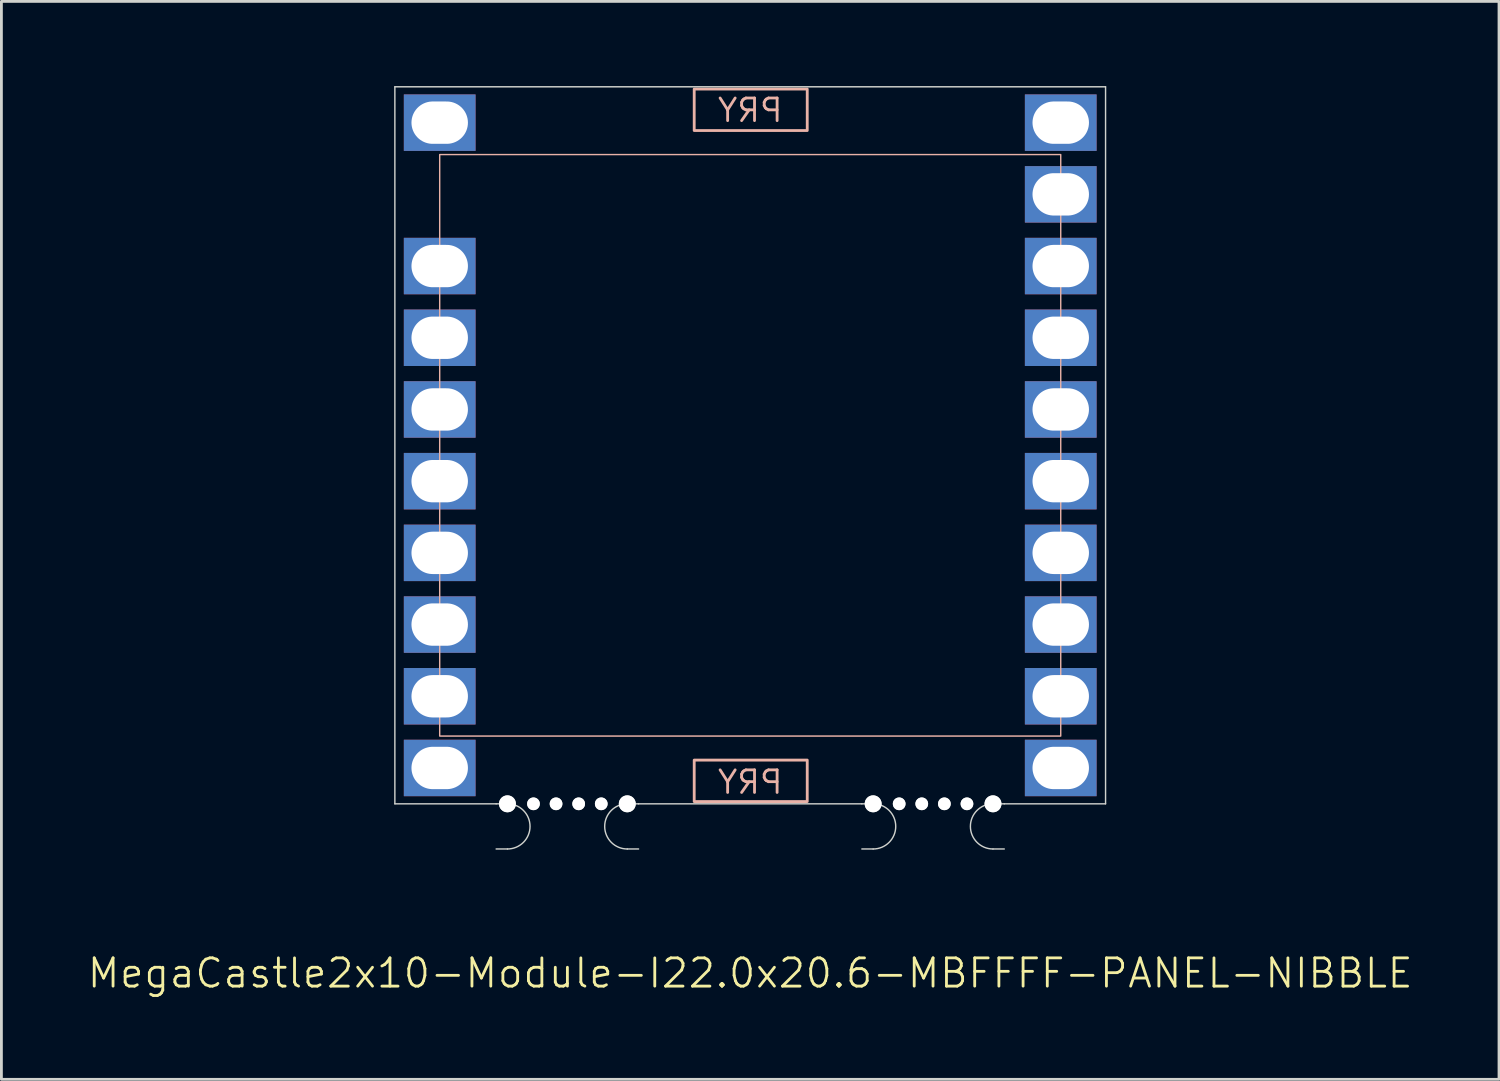
<source format=kicad_pcb>
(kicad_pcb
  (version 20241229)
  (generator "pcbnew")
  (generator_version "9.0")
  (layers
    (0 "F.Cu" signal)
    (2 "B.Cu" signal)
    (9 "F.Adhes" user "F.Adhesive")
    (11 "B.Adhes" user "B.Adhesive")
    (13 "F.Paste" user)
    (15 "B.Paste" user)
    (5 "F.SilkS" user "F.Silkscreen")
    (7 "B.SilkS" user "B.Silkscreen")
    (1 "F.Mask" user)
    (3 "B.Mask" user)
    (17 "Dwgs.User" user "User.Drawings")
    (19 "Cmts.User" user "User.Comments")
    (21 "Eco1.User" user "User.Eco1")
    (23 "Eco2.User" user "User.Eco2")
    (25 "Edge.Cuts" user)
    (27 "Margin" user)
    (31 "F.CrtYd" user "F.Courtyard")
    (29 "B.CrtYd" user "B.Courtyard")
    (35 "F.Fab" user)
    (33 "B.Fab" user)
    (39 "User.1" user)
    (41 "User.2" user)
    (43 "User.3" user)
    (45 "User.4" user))
  (footprint "MegaCastle2x10-Module-I22.0x20.6-MBFFFF-PANEL-NIBBLE"
    (layer "F.Cu")
    (at 23.526 12.725)
    (property "Reference" "MegaCastle2x10-Module-I22.0x20.6-MBFFFF-PANEL-NIBBLE" (at 0 18.7 0) (unlocked yes) (layer "F.SilkS") (effects (font (size 1 1) (thickness 0.1))))
    (attr smd)
    (fp_rect (start -11 10.3) (end 11 -10.3) (stroke (width 0.05) (type default)) (fill no) (layer "B.SilkS"))
    (fp_rect (start -1.984 -11.151) (end 2.02 -12.62) (stroke (width 0.1) (type default)) (fill no) (layer "B.SilkS"))
    (fp_rect (start -1.984 11.151) (end 2.02 12.62) (stroke (width 0.1) (type default)) (fill no) (layer "B.SilkS"))
    (fp_line (start -12.588 -12.7) (end -12.588 12.7) (stroke (width 0.05) (type default)) (layer "Edge.Cuts"))
    (fp_line (start -12.588 -12.7) (end 12.588 -12.7) (stroke (width 0.05) (type default)) (layer "Edge.Cuts"))
    (fp_line (start -12.588 12.7) (end -9 12.7) (stroke (width 0.05) (type default)) (layer "Edge.Cuts"))
    (fp_line (start -9 12.7) (end -8.6 12.7) (stroke (width 0.05) (type default)) (layer "Edge.Cuts"))
    (fp_line (start -9 14.3) (end -8.6 14.3) (stroke (width 0.05) (type default)) (layer "Edge.Cuts"))
    (fp_line (start -3.955 12.7) (end -4.355 12.7) (stroke (width 0.05) (type default)) (layer "Edge.Cuts"))
    (fp_line (start -3.955 12.7) (end 3.955 12.7) (stroke (width 0.05) (type default)) (layer "Edge.Cuts"))
    (fp_line (start -3.955 14.3) (end -4.355 14.3) (stroke (width 0.05) (type default)) (layer "Edge.Cuts"))
    (fp_line (start 3.955 12.7) (end 4.355 12.7) (stroke (width 0.05) (type default)) (layer "Edge.Cuts"))
    (fp_line (start 3.955 14.3) (end 4.355 14.3) (stroke (width 0.05) (type default)) (layer "Edge.Cuts"))
    (fp_line (start 9 12.7) (end 8.6 12.7) (stroke (width 0.05) (type default)) (layer "Edge.Cuts"))
    (fp_line (start 9 12.7) (end 12.588 12.7) (stroke (width 0.05) (type default)) (layer "Edge.Cuts"))
    (fp_line (start 9 14.3) (end 8.6 14.3) (stroke (width 0.05) (type default)) (layer "Edge.Cuts"))
    (fp_line (start 12.588 -12.7) (end 12.588 12.7) (stroke (width 0.05) (type default)) (layer "Edge.Cuts"))
    (fp_arc (start -8.6 12.7) (mid -7.8 13.5) (end -8.6 14.3) (stroke (width 0.05) (type default)) (layer "Edge.Cuts"))
    (fp_arc (start -4.355 14.3) (mid -5.155 13.5) (end -4.355 12.7) (stroke (width 0.05) (type default)) (layer "Edge.Cuts"))
    (fp_arc (start 4.355 12.7) (mid 5.155 13.5) (end 4.355 14.3) (stroke (width 0.05) (type default)) (layer "Edge.Cuts"))
    (fp_arc (start 8.6 14.3) (mid 7.8 13.5) (end 8.6 12.7) (stroke (width 0.05) (type default)) (layer "Edge.Cuts"))
    (fp_text user "PRY" (at 0 12.4 0) (unlocked yes) (layer "B.SilkS") (effects (font (size 0.8 0.8) (thickness 0.1)) (justify bottom mirror)))
    (fp_text user "PRY" (at 0 -11.4 0) (unlocked yes) (layer "B.SilkS") (effects (font (size 0.8 0.8) (thickness 0.1)) (justify bottom mirror)))
    (pad "" np_thru_hole circle (at -8.6 12.7) (size 0.6 0.6) (drill 0.6) (layers "*.Cu" "Edge.Cuts"))
    (pad "" np_thru_hole circle (at -7.678 12.7) (size 0.45 0.45) (drill 0.45) (layers "*.Cu" "Edge.Cuts"))
    (pad "" np_thru_hole circle (at -6.878 12.7) (size 0.45 0.45) (drill 0.45) (layers "*.Cu" "Edge.Cuts"))
    (pad "" np_thru_hole circle (at -6.077 12.7) (size 0.45 0.45) (drill 0.45) (layers "*.Cu" "Edge.Cuts"))
    (pad "" np_thru_hole circle (at -5.277 12.7) (size 0.45 0.45) (drill 0.45) (layers "*.Cu" "Edge.Cuts"))
    (pad "" np_thru_hole circle (at -4.355 12.7) (size 0.6 0.6) (drill 0.6) (layers "*.Cu" "Edge.Cuts"))
    (pad "" np_thru_hole circle (at 4.355 12.7) (size 0.6 0.6) (drill 0.6) (layers "*.Cu" "Edge.Cuts"))
    (pad "" np_thru_hole circle (at 5.277 12.7) (size 0.45 0.45) (drill 0.45) (layers "*.Cu" "Edge.Cuts"))
    (pad "" np_thru_hole circle (at 6.077 12.7) (size 0.45 0.45) (drill 0.45) (layers "*.Cu" "Edge.Cuts"))
    (pad "" np_thru_hole circle (at 6.878 12.7) (size 0.45 0.45) (drill 0.45) (layers "*.Cu" "Edge.Cuts"))
    (pad "" np_thru_hole circle (at 7.678 12.7) (size 0.45 0.45) (drill 0.45) (layers "*.Cu" "Edge.Cuts"))
    (pad "" np_thru_hole circle (at 8.6 12.7) (size 0.6 0.6) (drill 0.6) (layers "*.Cu" "Edge.Cuts"))
    (pad "1" thru_hole rect (at -11 -11.43) (size 2.54 2) (drill oval 2 1.5) (property pad_prop_castellated) (layers "*.Cu" "*.Mask"))
    (pad "3" thru_hole rect (at -11 -6.35) (size 2.54 2) (drill oval 2 1.5) (property pad_prop_castellated) (layers "*.Cu" "*.Mask"))
    (pad "4" thru_hole rect (at -11 -3.81) (size 2.54 2) (drill oval 2 1.5) (property pad_prop_castellated) (layers "*.Cu" "*.Mask"))
    (pad "5" thru_hole rect (at -11 -1.27) (size 2.54 2) (drill oval 2 1.5) (property pad_prop_castellated) (layers "*.Cu" "*.Mask"))
    (pad "6" thru_hole rect (at -11 1.27) (size 2.54 2) (drill oval 2 1.5) (property pad_prop_castellated) (layers "*.Cu" "*.Mask"))
    (pad "7" thru_hole rect (at -11 3.81) (size 2.54 2) (drill oval 2 1.5) (property pad_prop_castellated) (layers "*.Cu" "*.Mask"))
    (pad "8" thru_hole rect (at -11 6.35) (size 2.54 2) (drill oval 2 1.5) (property pad_prop_castellated) (layers "*.Cu" "*.Mask"))
    (pad "9" thru_hole rect (at -11 8.89) (size 2.54 2) (drill oval 2 1.5) (property pad_prop_castellated) (layers "*.Cu" "*.Mask"))
    (pad "10" thru_hole rect (at -11 11.43) (size 2.54 2) (drill oval 2 1.5) (property pad_prop_castellated) (layers "*.Cu" "*.Mask"))
    (pad "11" thru_hole rect (at 11 -11.43) (size 2.54 2) (drill oval 2 1.5) (property pad_prop_castellated) (layers "*.Cu" "*.Mask"))
    (pad "12" thru_hole rect (at 11 -8.89) (size 2.54 2) (drill oval 2 1.5) (property pad_prop_castellated) (layers "*.Cu" "*.Mask"))
    (pad "13" thru_hole rect (at 11 -6.35) (size 2.54 2) (drill oval 2 1.5) (property pad_prop_castellated) (layers "*.Cu" "*.Mask"))
    (pad "14" thru_hole rect (at 11 -3.81) (size 2.54 2) (drill oval 2 1.5) (property pad_prop_castellated) (layers "*.Cu" "*.Mask"))
    (pad "15" thru_hole rect (at 11 -1.27) (size 2.54 2) (drill oval 2 1.5) (property pad_prop_castellated) (layers "*.Cu" "*.Mask"))
    (pad "16" thru_hole rect (at 11 1.27) (size 2.54 2) (drill oval 2 1.5) (property pad_prop_castellated) (layers "*.Cu" "*.Mask"))
    (pad "17" thru_hole rect (at 11 3.81) (size 2.54 2) (drill oval 2 1.5) (property pad_prop_castellated) (layers "*.Cu" "*.Mask"))
    (pad "18" thru_hole rect (at 11 6.35) (size 2.54 2) (drill oval 2 1.5) (property pad_prop_castellated) (layers "*.Cu" "*.Mask"))
    (pad "19" thru_hole rect (at 11 8.89) (size 2.54 2) (drill oval 2 1.5) (property pad_prop_castellated) (layers "*.Cu" "*.Mask"))
    (pad "20" thru_hole rect (at 11 11.43) (size 2.54 2) (drill oval 2 1.5) (property pad_prop_castellated) (layers "*.Cu" "*.Mask"))
    (zone (net_name "") (layer "B.Cu") (hatch edge 0.5) (connect_pads) (min_thickness 0.25) (filled_areas_thickness no) (keepout (tracks allowed) (vias allowed) (pads allowed) (copperpour allowed) (footprints not_allowed)) (placement (enabled no)) (fill) (polygon (pts (xy 12.526 25.425) (xy 12.526 0.025))))
    (zone (net_name "") (layer "B.Cu") (hatch edge 0.5) (connect_pads) (min_thickness 0.25) (filled_areas_thickness no) (keepout (tracks allowed) (vias allowed) (pads allowed) (copperpour allowed) (footprints not_allowed)) (placement (enabled no)) (fill) (polygon (pts (xy 34.526 25.425) (xy 34.526 0.025))))
    (zone (net_name "") (layer "B.Cu") (hatch edge 0.5) (connect_pads) (min_thickness 0.25) (filled_areas_thickness no) (keepout (tracks allowed) (vias allowed) (pads allowed) (copperpour allowed) (footprints not_allowed)) (placement (enabled no)) (fill) (polygon (pts (xy 12.526 0.025) (xy 12.526 2.425) (xy 34.526 2.425) (xy 34.526 0.025))))
    (zone (net_name "") (layer "B.Cu") (hatch edge 0.5) (connect_pads) (min_thickness 0.25) (filled_areas_thickness no) (keepout (tracks allowed) (vias allowed) (pads allowed) (copperpour allowed) (footprints not_allowed)) (placement (enabled no)) (fill) (polygon (pts (xy 12.526 25.425) (xy 12.526 23.025) (xy 34.526 23.025) (xy 34.526 25.425))))
    (zone (net_name "") (layer "B.Cu") (name "Upper Pry Zone") (hatch edge 0.5) (connect_pads) (min_thickness 0.25) (filled_areas_thickness no) (keepout (tracks not_allowed) (vias not_allowed) (pads not_allowed) (copperpour allowed) (footprints not_allowed)) (placement (enabled no)) (fill) (polygon (pts (xy 21.542 1.574) (xy 21.542 0.105) (xy 25.546 0.105) (xy 25.546 1.574))))
    (zone (net_name "") (layer "B.Cu") (name "Upper Pry Zone") (hatch edge 0.5) (connect_pads) (min_thickness 0.25) (filled_areas_thickness no) (keepout (tracks not_allowed) (vias not_allowed) (pads not_allowed) (copperpour allowed) (footprints not_allowed)) (placement (enabled no)) (fill) (polygon (pts (xy 21.542 23.876) (xy 21.542 25.345) (xy 25.546 25.345) (xy 25.546 23.876)))))
  (gr_rect
    (start -3 -3)
    (end 50.052 35.185)
    (stroke (width 0.1) (type default))
    (fill no)
    (layer "Edge.Cuts")))
</source>
